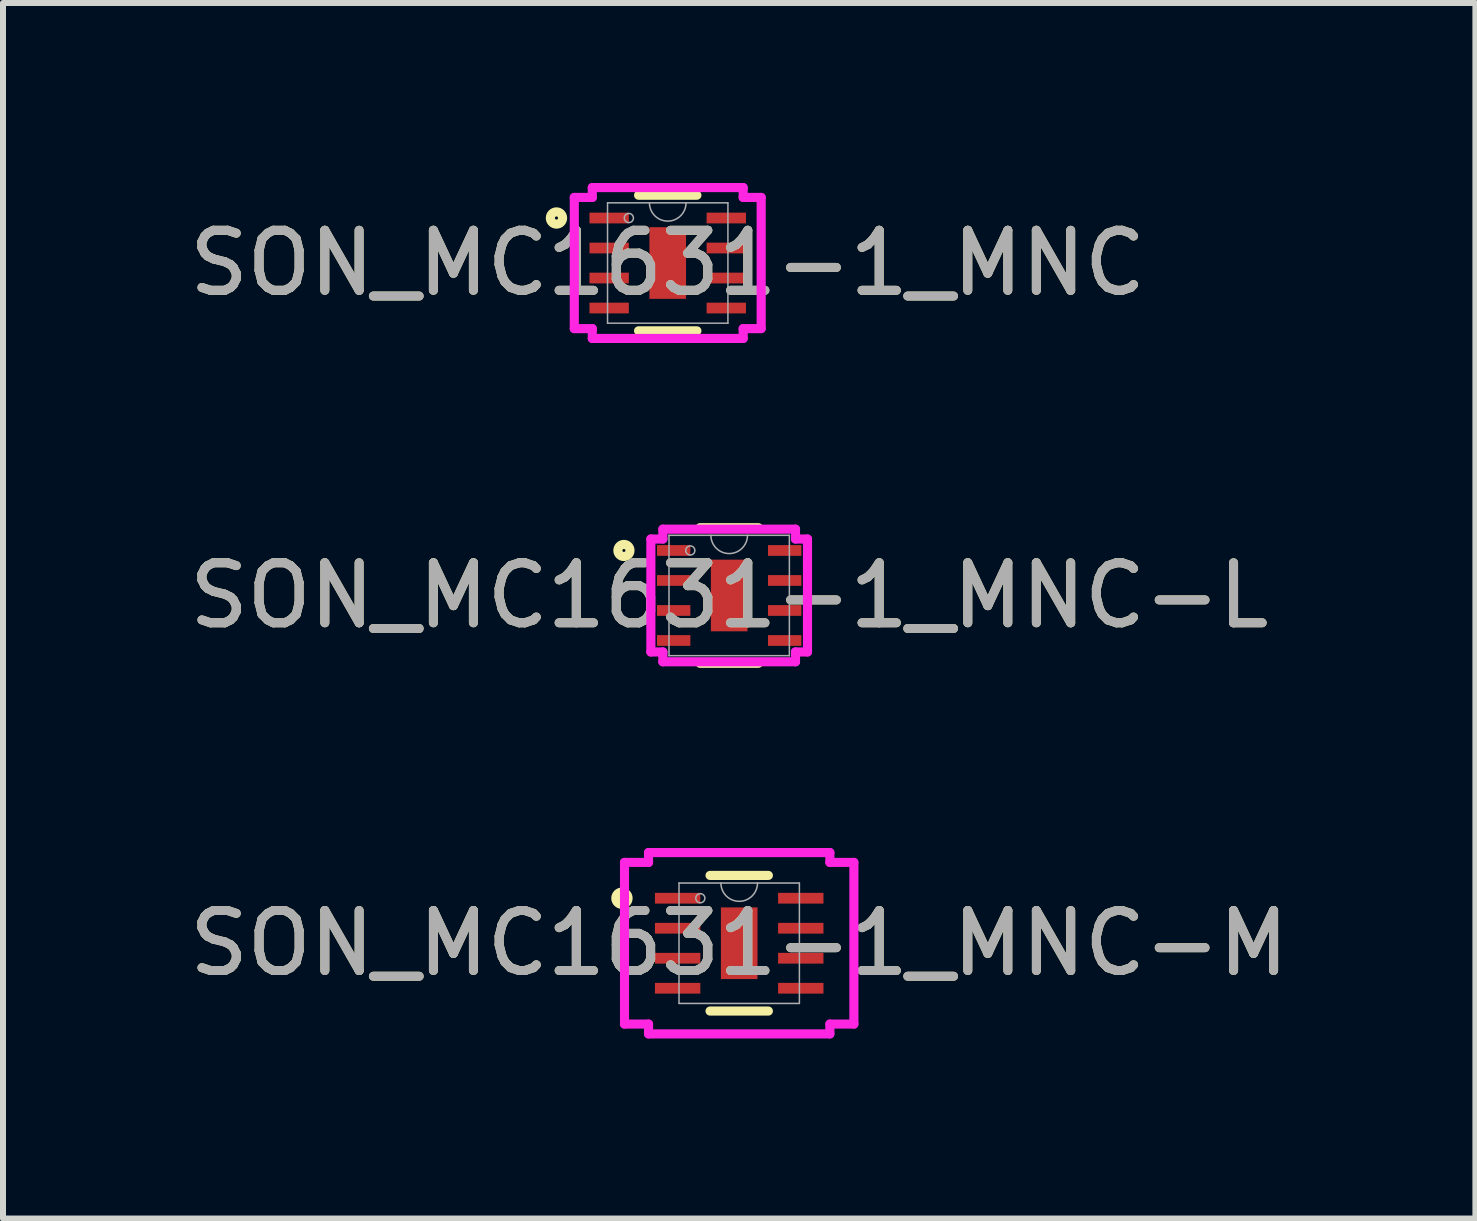
<source format=kicad_pcb>
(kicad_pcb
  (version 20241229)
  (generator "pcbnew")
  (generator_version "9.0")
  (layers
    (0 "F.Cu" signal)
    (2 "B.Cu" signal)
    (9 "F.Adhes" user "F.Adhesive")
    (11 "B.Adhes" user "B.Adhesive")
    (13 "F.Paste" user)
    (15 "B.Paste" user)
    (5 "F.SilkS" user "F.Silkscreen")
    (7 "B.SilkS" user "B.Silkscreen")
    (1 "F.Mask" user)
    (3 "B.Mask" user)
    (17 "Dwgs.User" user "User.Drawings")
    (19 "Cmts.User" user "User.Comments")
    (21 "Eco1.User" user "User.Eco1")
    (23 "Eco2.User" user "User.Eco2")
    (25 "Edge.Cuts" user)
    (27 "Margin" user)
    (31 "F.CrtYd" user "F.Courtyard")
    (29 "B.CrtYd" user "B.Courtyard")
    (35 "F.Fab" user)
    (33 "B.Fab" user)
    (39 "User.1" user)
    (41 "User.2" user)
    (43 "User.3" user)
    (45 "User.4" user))
  (footprint "SON_MC1631-1_MNC"
    (layer "F.Cu")
    (at 8.077 1.333)
    (property "Reference" "SON_MC1631-1_MNC" (at 0 0 0) (unlocked yes) (layer "F.SilkS") (effects (font (size 1 1) (thickness 0.15))))
    (attr smd)
    (fp_line (start -0.486 1.13) (end 0.486 1.13) (stroke (width 0.152) (type solid)) (layer "F.SilkS"))
    (fp_line (start 0.486 -1.13) (end -0.486 -1.13) (stroke (width 0.152) (type solid)) (layer "F.SilkS"))
    (fp_circle (center -1.854 -0.75) (end -1.752 -0.75) (stroke (width 0.152) (type solid)) (fill no) (layer "F.SilkS"))
    (fp_line (start -1.557 -1.093) (end -1.257 -1.093) (stroke (width 0.152) (type solid)) (layer "F.CrtYd"))
    (fp_line (start -1.557 1.093) (end -1.557 -1.093) (stroke (width 0.152) (type solid)) (layer "F.CrtYd"))
    (fp_line (start -1.557 1.093) (end -1.257 1.093) (stroke (width 0.152) (type solid)) (layer "F.CrtYd"))
    (fp_line (start -1.257 -1.257) (end 1.257 -1.257) (stroke (width 0.152) (type solid)) (layer "F.CrtYd"))
    (fp_line (start -1.257 -1.093) (end -1.257 -1.257) (stroke (width 0.152) (type solid)) (layer "F.CrtYd"))
    (fp_line (start -1.257 1.257) (end -1.257 1.093) (stroke (width 0.152) (type solid)) (layer "F.CrtYd"))
    (fp_line (start 1.257 -1.257) (end 1.257 -1.093) (stroke (width 0.152) (type solid)) (layer "F.CrtYd"))
    (fp_line (start 1.257 1.093) (end 1.257 1.257) (stroke (width 0.152) (type solid)) (layer "F.CrtYd"))
    (fp_line (start 1.257 1.257) (end -1.257 1.257) (stroke (width 0.152) (type solid)) (layer "F.CrtYd"))
    (fp_line (start 1.557 -1.093) (end 1.257 -1.093) (stroke (width 0.152) (type solid)) (layer "F.CrtYd"))
    (fp_line (start 1.557 -1.093) (end 1.557 1.093) (stroke (width 0.152) (type solid)) (layer "F.CrtYd"))
    (fp_line (start 1.557 1.093) (end 1.257 1.093) (stroke (width 0.152) (type solid)) (layer "F.CrtYd"))
    (fp_line (start -1.003 -1.003) (end -1.003 1.003) (stroke (width 0.025) (type solid)) (layer "F.Fab"))
    (fp_line (start -1.003 1.003) (end 1.003 1.003) (stroke (width 0.025) (type solid)) (layer "F.Fab"))
    (fp_line (start 1.003 -1.003) (end -1.003 -1.003) (stroke (width 0.025) (type solid)) (layer "F.Fab"))
    (fp_line (start 1.003 1.003) (end 1.003 -1.003) (stroke (width 0.025) (type solid)) (layer "F.Fab"))
    (fp_arc (start 0.3048 -1.0033) (mid 0 -0.6985) (end -0.3048 -1.0033) (stroke (width 0.0254) (type solid)) (layer "F.Fab"))
    (fp_circle (center -0.648 -0.75) (end -0.572 -0.75) (stroke (width 0.025) (type solid)) (fill no) (layer "F.Fab"))
    (fp_text user "${REFERENCE}" (at 0 0 0) (unlocked yes) (layer "F.Fab") (effects (font (size 1 1) (thickness 0.15))))
    (pad "1" smd rect (at -0.976 -0.75) (size 0.656 0.179) (layers "F.Cu" "F.Mask" "F.Paste"))
    (pad "2" smd rect (at -0.976 -0.25) (size 0.656 0.179) (layers "F.Cu" "F.Mask" "F.Paste"))
    (pad "3" smd rect (at -0.976 0.25) (size 0.656 0.179) (layers "F.Cu" "F.Mask" "F.Paste"))
    (pad "4" smd rect (at -0.976 0.75) (size 0.656 0.179) (layers "F.Cu" "F.Mask" "F.Paste"))
    (pad "5" smd rect (at 0.976 0.75) (size 0.656 0.179) (layers "F.Cu" "F.Mask" "F.Paste"))
    (pad "6" smd rect (at 0.976 0.25) (size 0.656 0.179) (layers "F.Cu" "F.Mask" "F.Paste"))
    (pad "7" smd rect (at 0.976 -0.25) (size 0.656 0.179) (layers "F.Cu" "F.Mask" "F.Paste"))
    (pad "8" smd rect (at 0.976 -0.75) (size 0.656 0.179) (layers "F.Cu" "F.Mask" "F.Paste"))
    (pad "9" smd rect (at 0 0) (size 0.61 1.194) (layers "F.Cu" "F.Mask" "F.Paste")))
  (footprint "SON_MC1631-1_MNC-L"
    (layer "F.Cu")
    (at 9.101 6.873)
    (property "Reference" "SON_MC1631-1_MNC-L" (at 0 0 0) (unlocked yes) (layer "F.SilkS") (effects (font (size 1 1) (thickness 0.15))))
    (attr smd)
    (fp_line (start -0.486 1.13) (end 0.486 1.13) (stroke (width 0.152) (type solid)) (layer "F.SilkS"))
    (fp_line (start 0.486 -1.13) (end -0.486 -1.13) (stroke (width 0.152) (type solid)) (layer "F.SilkS"))
    (fp_circle (center -1.754 -0.75) (end -1.653 -0.75) (stroke (width 0.152) (type solid)) (fill no) (layer "F.SilkS"))
    (fp_line (start -1.305 -0.941) (end -1.105 -0.941) (stroke (width 0.152) (type solid)) (layer "F.CrtYd"))
    (fp_line (start -1.305 0.941) (end -1.305 -0.941) (stroke (width 0.152) (type solid)) (layer "F.CrtYd"))
    (fp_line (start -1.305 0.941) (end -1.105 0.941) (stroke (width 0.152) (type solid)) (layer "F.CrtYd"))
    (fp_line (start -1.105 -1.105) (end 1.105 -1.105) (stroke (width 0.152) (type solid)) (layer "F.CrtYd"))
    (fp_line (start -1.105 -0.941) (end -1.105 -1.105) (stroke (width 0.152) (type solid)) (layer "F.CrtYd"))
    (fp_line (start -1.105 1.105) (end -1.105 0.941) (stroke (width 0.152) (type solid)) (layer "F.CrtYd"))
    (fp_line (start 1.105 -1.105) (end 1.105 -0.941) (stroke (width 0.152) (type solid)) (layer "F.CrtYd"))
    (fp_line (start 1.105 0.941) (end 1.105 1.105) (stroke (width 0.152) (type solid)) (layer "F.CrtYd"))
    (fp_line (start 1.105 1.105) (end -1.105 1.105) (stroke (width 0.152) (type solid)) (layer "F.CrtYd"))
    (fp_line (start 1.305 -0.941) (end 1.105 -0.941) (stroke (width 0.152) (type solid)) (layer "F.CrtYd"))
    (fp_line (start 1.305 -0.941) (end 1.305 0.941) (stroke (width 0.152) (type solid)) (layer "F.CrtYd"))
    (fp_line (start 1.305 0.941) (end 1.105 0.941) (stroke (width 0.152) (type solid)) (layer "F.CrtYd"))
    (fp_line (start -1.003 -1.003) (end -1.003 1.003) (stroke (width 0.025) (type solid)) (layer "F.Fab"))
    (fp_line (start -1.003 1.003) (end 1.003 1.003) (stroke (width 0.025) (type solid)) (layer "F.Fab"))
    (fp_line (start 1.003 -1.003) (end -1.003 -1.003) (stroke (width 0.025) (type solid)) (layer "F.Fab"))
    (fp_line (start 1.003 1.003) (end 1.003 -1.003) (stroke (width 0.025) (type solid)) (layer "F.Fab"))
    (fp_arc (start 0.3048 -1.0033) (mid 0 -0.6985) (end -0.3048 -1.0033) (stroke (width 0.0254) (type solid)) (layer "F.Fab"))
    (fp_circle (center -0.648 -0.75) (end -0.572 -0.75) (stroke (width 0.025) (type solid)) (fill no) (layer "F.Fab"))
    (fp_text user "${REFERENCE}" (at 0 0 0) (unlocked yes) (layer "F.Fab") (effects (font (size 1 1) (thickness 0.15))))
    (pad "1" smd rect (at -0.925 -0.75) (size 0.556 0.179) (layers "F.Cu" "F.Mask" "F.Paste"))
    (pad "2" smd rect (at -0.925 -0.25) (size 0.556 0.179) (layers "F.Cu" "F.Mask" "F.Paste"))
    (pad "3" smd rect (at -0.925 0.25) (size 0.556 0.179) (layers "F.Cu" "F.Mask" "F.Paste"))
    (pad "4" smd rect (at -0.925 0.75) (size 0.556 0.179) (layers "F.Cu" "F.Mask" "F.Paste"))
    (pad "5" smd rect (at 0.925 0.75) (size 0.556 0.179) (layers "F.Cu" "F.Mask" "F.Paste"))
    (pad "6" smd rect (at 0.925 0.25) (size 0.556 0.179) (layers "F.Cu" "F.Mask" "F.Paste"))
    (pad "7" smd rect (at 0.925 -0.25) (size 0.556 0.179) (layers "F.Cu" "F.Mask" "F.Paste"))
    (pad "8" smd rect (at 0.925 -0.75) (size 0.556 0.179) (layers "F.Cu" "F.Mask" "F.Paste"))
    (pad "9" smd rect (at 0 0) (size 0.61 1.194) (layers "F.Cu" "F.Mask" "F.Paste")))
  (footprint "SON_MC1631-1_MNC-M"
    (layer "F.Cu")
    (at 9.268 12.668)
    (property "Reference" "SON_MC1631-1_MNC-M" (at 0 0 0) (unlocked yes) (layer "F.SilkS") (effects (font (size 1 1) (thickness 0.15))))
    (attr smd)
    (fp_line (start -0.486 1.13) (end 0.486 1.13) (stroke (width 0.152) (type solid)) (layer "F.SilkS"))
    (fp_line (start 0.486 -1.13) (end -0.486 -1.13) (stroke (width 0.152) (type solid)) (layer "F.SilkS"))
    (fp_circle (center -1.954 -0.75) (end -1.852 -0.75) (stroke (width 0.152) (type solid)) (fill no) (layer "F.SilkS"))
    (fp_line (start -1.911 -1.347) (end -1.511 -1.347) (stroke (width 0.152) (type solid)) (layer "F.CrtYd"))
    (fp_line (start -1.911 1.347) (end -1.911 -1.347) (stroke (width 0.152) (type solid)) (layer "F.CrtYd"))
    (fp_line (start -1.911 1.347) (end -1.511 1.347) (stroke (width 0.152) (type solid)) (layer "F.CrtYd"))
    (fp_line (start -1.511 -1.511) (end 1.511 -1.511) (stroke (width 0.152) (type solid)) (layer "F.CrtYd"))
    (fp_line (start -1.511 -1.347) (end -1.511 -1.511) (stroke (width 0.152) (type solid)) (layer "F.CrtYd"))
    (fp_line (start -1.511 1.511) (end -1.511 1.347) (stroke (width 0.152) (type solid)) (layer "F.CrtYd"))
    (fp_line (start 1.511 -1.511) (end 1.511 -1.347) (stroke (width 0.152) (type solid)) (layer "F.CrtYd"))
    (fp_line (start 1.511 1.347) (end 1.511 1.511) (stroke (width 0.152) (type solid)) (layer "F.CrtYd"))
    (fp_line (start 1.511 1.511) (end -1.511 1.511) (stroke (width 0.152) (type solid)) (layer "F.CrtYd"))
    (fp_line (start 1.911 -1.347) (end 1.511 -1.347) (stroke (width 0.152) (type solid)) (layer "F.CrtYd"))
    (fp_line (start 1.911 -1.347) (end 1.911 1.347) (stroke (width 0.152) (type solid)) (layer "F.CrtYd"))
    (fp_line (start 1.911 1.347) (end 1.511 1.347) (stroke (width 0.152) (type solid)) (layer "F.CrtYd"))
    (fp_line (start -1.003 -1.003) (end -1.003 1.003) (stroke (width 0.025) (type solid)) (layer "F.Fab"))
    (fp_line (start -1.003 1.003) (end 1.003 1.003) (stroke (width 0.025) (type solid)) (layer "F.Fab"))
    (fp_line (start 1.003 -1.003) (end -1.003 -1.003) (stroke (width 0.025) (type solid)) (layer "F.Fab"))
    (fp_line (start 1.003 1.003) (end 1.003 -1.003) (stroke (width 0.025) (type solid)) (layer "F.Fab"))
    (fp_arc (start 0.3048 -1.0033) (mid 0 -0.6985) (end -0.3048 -1.0033) (stroke (width 0.0254) (type solid)) (layer "F.Fab"))
    (fp_circle (center -0.648 -0.75) (end -0.572 -0.75) (stroke (width 0.025) (type solid)) (fill no) (layer "F.Fab"))
    (fp_text user "${REFERENCE}" (at 0 0 0) (unlocked yes) (layer "F.Fab") (effects (font (size 1 1) (thickness 0.15))))
    (pad "1" smd rect (at -1.026 -0.75) (size 0.756 0.179) (layers "F.Cu" "F.Mask" "F.Paste"))
    (pad "2" smd rect (at -1.026 -0.25) (size 0.756 0.179) (layers "F.Cu" "F.Mask" "F.Paste"))
    (pad "3" smd rect (at -1.026 0.25) (size 0.756 0.179) (layers "F.Cu" "F.Mask" "F.Paste"))
    (pad "4" smd rect (at -1.026 0.75) (size 0.756 0.179) (layers "F.Cu" "F.Mask" "F.Paste"))
    (pad "5" smd rect (at 1.026 0.75) (size 0.756 0.179) (layers "F.Cu" "F.Mask" "F.Paste"))
    (pad "6" smd rect (at 1.026 0.25) (size 0.756 0.179) (layers "F.Cu" "F.Mask" "F.Paste"))
    (pad "7" smd rect (at 1.026 -0.25) (size 0.756 0.179) (layers "F.Cu" "F.Mask" "F.Paste"))
    (pad "8" smd rect (at 1.026 -0.75) (size 0.756 0.179) (layers "F.Cu" "F.Mask" "F.Paste"))
    (pad "9" smd rect (at 0 0) (size 0.61 1.194) (layers "F.Cu" "F.Mask" "F.Paste")))
  (gr_rect
    (start -3 -3)
    (end 21.536 17.255)
    (stroke (width 0.1) (type default))
    (fill no)
    (layer "Edge.Cuts")))
</source>
